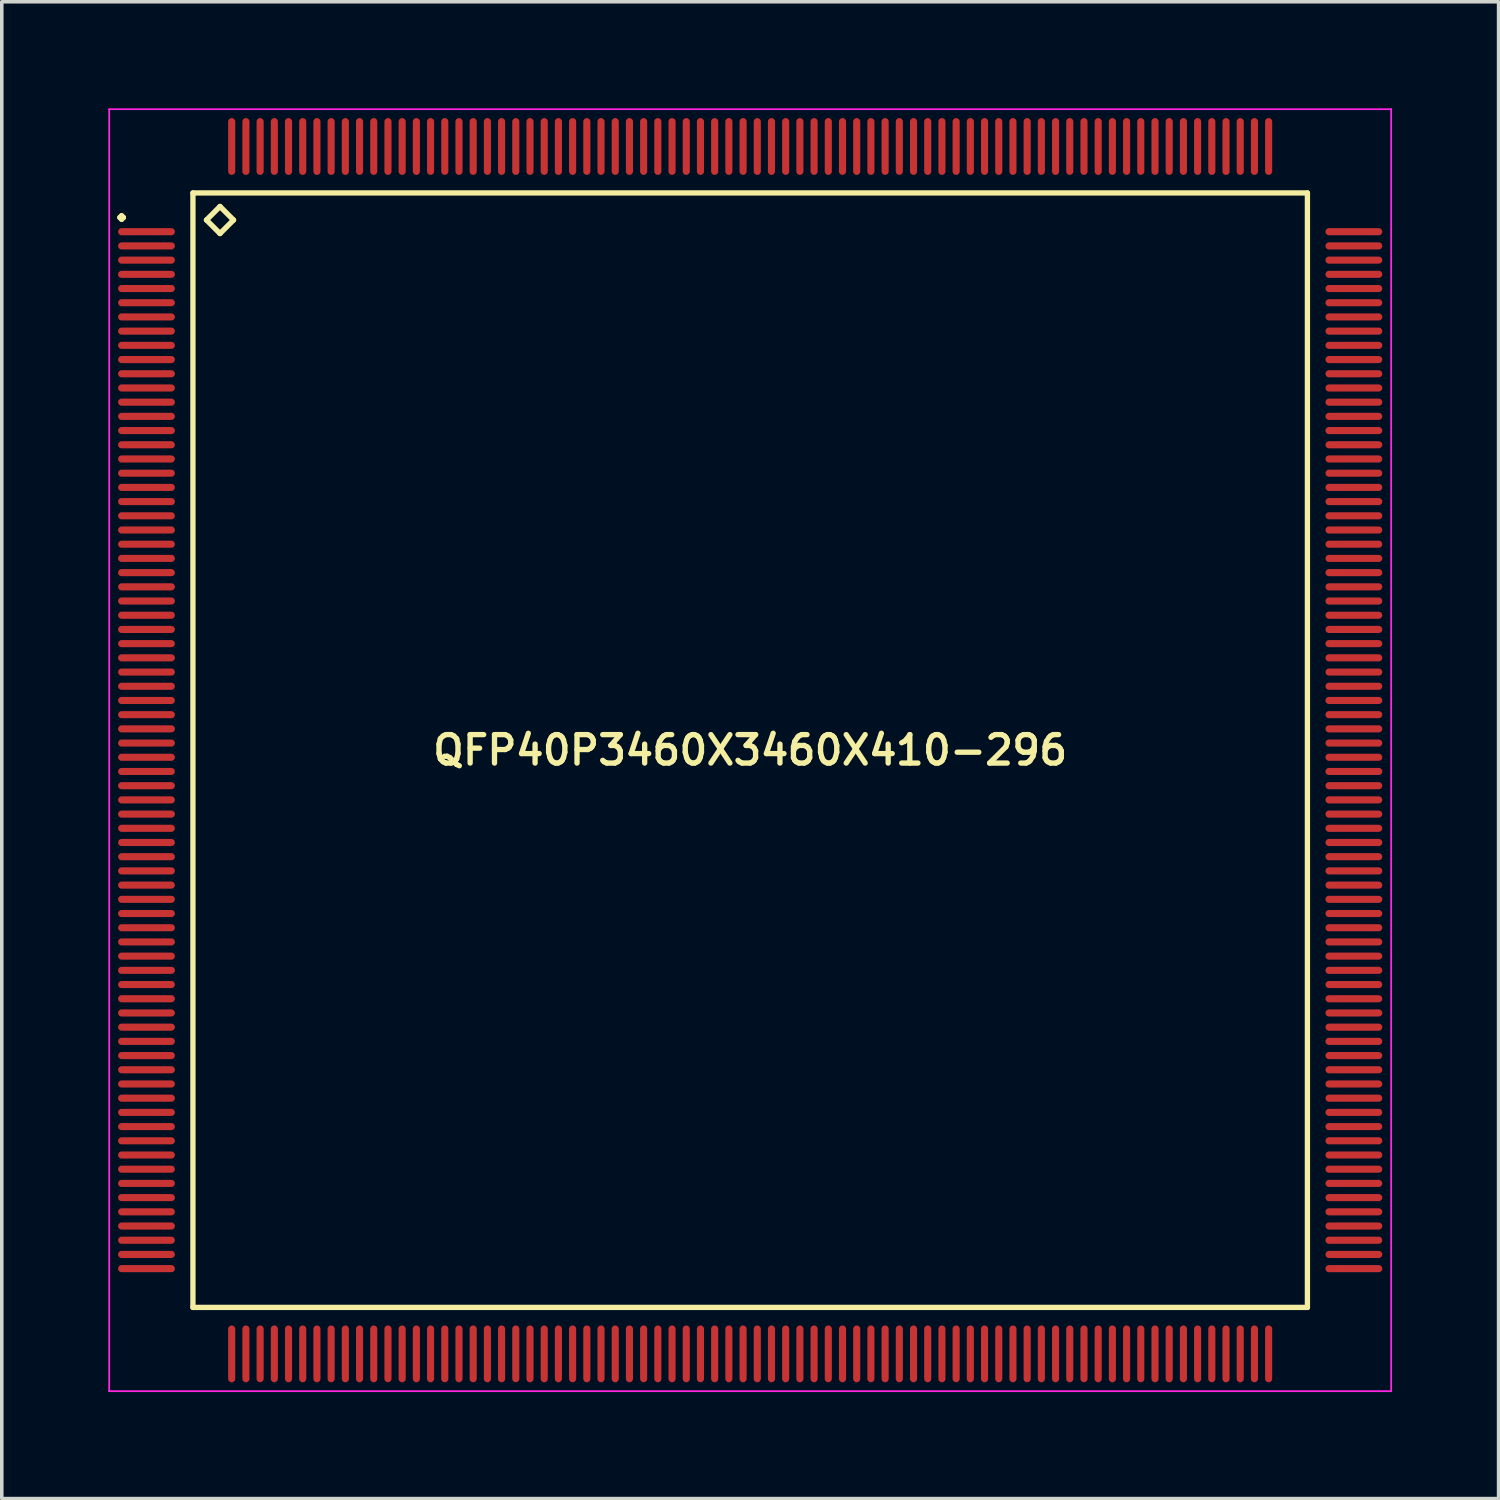
<source format=kicad_pcb>
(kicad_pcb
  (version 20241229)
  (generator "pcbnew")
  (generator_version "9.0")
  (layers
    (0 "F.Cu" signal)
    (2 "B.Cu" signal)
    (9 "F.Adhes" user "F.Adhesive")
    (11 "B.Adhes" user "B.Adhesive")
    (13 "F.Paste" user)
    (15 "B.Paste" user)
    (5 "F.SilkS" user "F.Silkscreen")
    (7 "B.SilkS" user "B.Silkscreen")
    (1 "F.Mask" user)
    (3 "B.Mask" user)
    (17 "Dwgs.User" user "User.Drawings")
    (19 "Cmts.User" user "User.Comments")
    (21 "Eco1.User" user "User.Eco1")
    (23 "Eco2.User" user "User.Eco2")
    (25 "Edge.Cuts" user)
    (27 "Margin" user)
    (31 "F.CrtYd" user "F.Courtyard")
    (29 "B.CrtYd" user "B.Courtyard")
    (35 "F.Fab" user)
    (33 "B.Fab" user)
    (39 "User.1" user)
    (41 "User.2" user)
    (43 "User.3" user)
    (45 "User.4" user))
  (footprint "QFP40P3460X3460X410-296"
    (layer "F.Cu")
    (at 18.075 18.075)
    (property "Reference" "QFP40P3460X3460X410-296" (at 0 0 0) (layer "F.SilkS") (effects (font (size 0.8 0.8) (thickness 0.15))))
    (attr smd)
    (fp_line (start -17.75 -15) (end -17.7 -15.05) (stroke (width 0.15) (type solid)) (layer "F.SilkS"))
    (fp_line (start -17.7 -15.05) (end -17.65 -15) (stroke (width 0.15) (type solid)) (layer "F.SilkS"))
    (fp_line (start -17.7 -14.95) (end -17.75 -15) (stroke (width 0.15) (type solid)) (layer "F.SilkS"))
    (fp_line (start -17.65 -15) (end -17.7 -14.95) (stroke (width 0.15) (type solid)) (layer "F.SilkS"))
    (fp_line (start -15.692 -15.692) (end -15.692 15.692) (stroke (width 0.15) (type solid)) (layer "F.SilkS"))
    (fp_line (start -15.692 15.692) (end 15.692 15.692) (stroke (width 0.15) (type solid)) (layer "F.SilkS"))
    (fp_line (start -15.311 -14.93) (end -14.93 -15.311) (stroke (width 0.15) (type solid)) (layer "F.SilkS"))
    (fp_line (start -14.93 -15.311) (end -14.549 -14.93) (stroke (width 0.15) (type solid)) (layer "F.SilkS"))
    (fp_line (start -14.93 -14.549) (end -15.311 -14.93) (stroke (width 0.15) (type solid)) (layer "F.SilkS"))
    (fp_line (start -14.549 -14.93) (end -14.93 -14.549) (stroke (width 0.15) (type solid)) (layer "F.SilkS"))
    (fp_line (start 15.692 -15.692) (end -15.692 -15.692) (stroke (width 0.15) (type solid)) (layer "F.SilkS"))
    (fp_line (start 15.692 15.692) (end 15.692 -15.692) (stroke (width 0.15) (type solid)) (layer "F.SilkS"))
    (fp_line (start -18.05 -18.05) (end 18.05 -18.05) (stroke (width 0.05) (type solid)) (layer "F.CrtYd"))
    (fp_line (start -18.05 18.05) (end -18.05 -18.05) (stroke (width 0.05) (type solid)) (layer "F.CrtYd"))
    (fp_line (start 18.05 -18.05) (end 18.05 18.05) (stroke (width 0.05) (type solid)) (layer "F.CrtYd"))
    (fp_line (start 18.05 18.05) (end -18.05 18.05) (stroke (width 0.05) (type solid)) (layer "F.CrtYd"))
    (pad "1" smd oval (at -17 -14.6) (size 1.6 0.2) (layers "F.Cu" "F.Mask" "F.Paste"))
    (pad "2" smd oval (at -17 -14.2) (size 1.6 0.2) (layers "F.Cu" "F.Mask" "F.Paste"))
    (pad "3" smd oval (at -17 -13.8) (size 1.6 0.2) (layers "F.Cu" "F.Mask" "F.Paste"))
    (pad "4" smd oval (at -17 -13.4) (size 1.6 0.2) (layers "F.Cu" "F.Mask" "F.Paste"))
    (pad "5" smd oval (at -17 -13) (size 1.6 0.2) (layers "F.Cu" "F.Mask" "F.Paste"))
    (pad "6" smd oval (at -17 -12.6) (size 1.6 0.2) (layers "F.Cu" "F.Mask" "F.Paste"))
    (pad "7" smd oval (at -17 -12.2) (size 1.6 0.2) (layers "F.Cu" "F.Mask" "F.Paste"))
    (pad "8" smd oval (at -17 -11.8) (size 1.6 0.2) (layers "F.Cu" "F.Mask" "F.Paste"))
    (pad "9" smd oval (at -17 -11.4) (size 1.6 0.2) (layers "F.Cu" "F.Mask" "F.Paste"))
    (pad "10" smd oval (at -17 -11) (size 1.6 0.2) (layers "F.Cu" "F.Mask" "F.Paste"))
    (pad "11" smd oval (at -17 -10.6) (size 1.6 0.2) (layers "F.Cu" "F.Mask" "F.Paste"))
    (pad "12" smd oval (at -17 -10.2) (size 1.6 0.2) (layers "F.Cu" "F.Mask" "F.Paste"))
    (pad "13" smd oval (at -17 -9.8) (size 1.6 0.2) (layers "F.Cu" "F.Mask" "F.Paste"))
    (pad "14" smd oval (at -17 -9.4) (size 1.6 0.2) (layers "F.Cu" "F.Mask" "F.Paste"))
    (pad "15" smd oval (at -17 -9) (size 1.6 0.2) (layers "F.Cu" "F.Mask" "F.Paste"))
    (pad "16" smd oval (at -17 -8.6) (size 1.6 0.2) (layers "F.Cu" "F.Mask" "F.Paste"))
    (pad "17" smd oval (at -17 -8.2) (size 1.6 0.2) (layers "F.Cu" "F.Mask" "F.Paste"))
    (pad "18" smd oval (at -17 -7.8) (size 1.6 0.2) (layers "F.Cu" "F.Mask" "F.Paste"))
    (pad "19" smd oval (at -17 -7.4) (size 1.6 0.2) (layers "F.Cu" "F.Mask" "F.Paste"))
    (pad "20" smd oval (at -17 -7) (size 1.6 0.2) (layers "F.Cu" "F.Mask" "F.Paste"))
    (pad "21" smd oval (at -17 -6.6) (size 1.6 0.2) (layers "F.Cu" "F.Mask" "F.Paste"))
    (pad "22" smd oval (at -17 -6.2) (size 1.6 0.2) (layers "F.Cu" "F.Mask" "F.Paste"))
    (pad "23" smd oval (at -17 -5.8) (size 1.6 0.2) (layers "F.Cu" "F.Mask" "F.Paste"))
    (pad "24" smd oval (at -17 -5.4) (size 1.6 0.2) (layers "F.Cu" "F.Mask" "F.Paste"))
    (pad "25" smd oval (at -17 -5) (size 1.6 0.2) (layers "F.Cu" "F.Mask" "F.Paste"))
    (pad "26" smd oval (at -17 -4.6) (size 1.6 0.2) (layers "F.Cu" "F.Mask" "F.Paste"))
    (pad "27" smd oval (at -17 -4.2) (size 1.6 0.2) (layers "F.Cu" "F.Mask" "F.Paste"))
    (pad "28" smd oval (at -17 -3.8) (size 1.6 0.2) (layers "F.Cu" "F.Mask" "F.Paste"))
    (pad "29" smd oval (at -17 -3.4) (size 1.6 0.2) (layers "F.Cu" "F.Mask" "F.Paste"))
    (pad "30" smd oval (at -17 -3) (size 1.6 0.2) (layers "F.Cu" "F.Mask" "F.Paste"))
    (pad "31" smd oval (at -17 -2.6) (size 1.6 0.2) (layers "F.Cu" "F.Mask" "F.Paste"))
    (pad "32" smd oval (at -17 -2.2) (size 1.6 0.2) (layers "F.Cu" "F.Mask" "F.Paste"))
    (pad "33" smd oval (at -17 -1.8) (size 1.6 0.2) (layers "F.Cu" "F.Mask" "F.Paste"))
    (pad "34" smd oval (at -17 -1.4) (size 1.6 0.2) (layers "F.Cu" "F.Mask" "F.Paste"))
    (pad "35" smd oval (at -17 -1) (size 1.6 0.2) (layers "F.Cu" "F.Mask" "F.Paste"))
    (pad "36" smd oval (at -17 -0.6) (size 1.6 0.2) (layers "F.Cu" "F.Mask" "F.Paste"))
    (pad "37" smd oval (at -17 -0.2) (size 1.6 0.2) (layers "F.Cu" "F.Mask" "F.Paste"))
    (pad "38" smd oval (at -17 0.2) (size 1.6 0.2) (layers "F.Cu" "F.Mask" "F.Paste"))
    (pad "39" smd oval (at -17 0.6) (size 1.6 0.2) (layers "F.Cu" "F.Mask" "F.Paste"))
    (pad "40" smd oval (at -17 1) (size 1.6 0.2) (layers "F.Cu" "F.Mask" "F.Paste"))
    (pad "41" smd oval (at -17 1.4) (size 1.6 0.2) (layers "F.Cu" "F.Mask" "F.Paste"))
    (pad "42" smd oval (at -17 1.8) (size 1.6 0.2) (layers "F.Cu" "F.Mask" "F.Paste"))
    (pad "43" smd oval (at -17 2.2) (size 1.6 0.2) (layers "F.Cu" "F.Mask" "F.Paste"))
    (pad "44" smd oval (at -17 2.6) (size 1.6 0.2) (layers "F.Cu" "F.Mask" "F.Paste"))
    (pad "45" smd oval (at -17 3) (size 1.6 0.2) (layers "F.Cu" "F.Mask" "F.Paste"))
    (pad "46" smd oval (at -17 3.4) (size 1.6 0.2) (layers "F.Cu" "F.Mask" "F.Paste"))
    (pad "47" smd oval (at -17 3.8) (size 1.6 0.2) (layers "F.Cu" "F.Mask" "F.Paste"))
    (pad "48" smd oval (at -17 4.2) (size 1.6 0.2) (layers "F.Cu" "F.Mask" "F.Paste"))
    (pad "49" smd oval (at -17 4.6) (size 1.6 0.2) (layers "F.Cu" "F.Mask" "F.Paste"))
    (pad "50" smd oval (at -17 5) (size 1.6 0.2) (layers "F.Cu" "F.Mask" "F.Paste"))
    (pad "51" smd oval (at -17 5.4) (size 1.6 0.2) (layers "F.Cu" "F.Mask" "F.Paste"))
    (pad "52" smd oval (at -17 5.8) (size 1.6 0.2) (layers "F.Cu" "F.Mask" "F.Paste"))
    (pad "53" smd oval (at -17 6.2) (size 1.6 0.2) (layers "F.Cu" "F.Mask" "F.Paste"))
    (pad "54" smd oval (at -17 6.6) (size 1.6 0.2) (layers "F.Cu" "F.Mask" "F.Paste"))
    (pad "55" smd oval (at -17 7) (size 1.6 0.2) (layers "F.Cu" "F.Mask" "F.Paste"))
    (pad "56" smd oval (at -17 7.4) (size 1.6 0.2) (layers "F.Cu" "F.Mask" "F.Paste"))
    (pad "57" smd oval (at -17 7.8) (size 1.6 0.2) (layers "F.Cu" "F.Mask" "F.Paste"))
    (pad "58" smd oval (at -17 8.2) (size 1.6 0.2) (layers "F.Cu" "F.Mask" "F.Paste"))
    (pad "59" smd oval (at -17 8.6) (size 1.6 0.2) (layers "F.Cu" "F.Mask" "F.Paste"))
    (pad "60" smd oval (at -17 9) (size 1.6 0.2) (layers "F.Cu" "F.Mask" "F.Paste"))
    (pad "61" smd oval (at -17 9.4) (size 1.6 0.2) (layers "F.Cu" "F.Mask" "F.Paste"))
    (pad "62" smd oval (at -17 9.8) (size 1.6 0.2) (layers "F.Cu" "F.Mask" "F.Paste"))
    (pad "63" smd oval (at -17 10.2) (size 1.6 0.2) (layers "F.Cu" "F.Mask" "F.Paste"))
    (pad "64" smd oval (at -17 10.6) (size 1.6 0.2) (layers "F.Cu" "F.Mask" "F.Paste"))
    (pad "65" smd oval (at -17 11) (size 1.6 0.2) (layers "F.Cu" "F.Mask" "F.Paste"))
    (pad "66" smd oval (at -17 11.4) (size 1.6 0.2) (layers "F.Cu" "F.Mask" "F.Paste"))
    (pad "67" smd oval (at -17 11.8) (size 1.6 0.2) (layers "F.Cu" "F.Mask" "F.Paste"))
    (pad "68" smd oval (at -17 12.2) (size 1.6 0.2) (layers "F.Cu" "F.Mask" "F.Paste"))
    (pad "69" smd oval (at -17 12.6) (size 1.6 0.2) (layers "F.Cu" "F.Mask" "F.Paste"))
    (pad "70" smd oval (at -17 13) (size 1.6 0.2) (layers "F.Cu" "F.Mask" "F.Paste"))
    (pad "71" smd oval (at -17 13.4) (size 1.6 0.2) (layers "F.Cu" "F.Mask" "F.Paste"))
    (pad "72" smd oval (at -17 13.8) (size 1.6 0.2) (layers "F.Cu" "F.Mask" "F.Paste"))
    (pad "73" smd oval (at -17 14.2) (size 1.6 0.2) (layers "F.Cu" "F.Mask" "F.Paste"))
    (pad "74" smd oval (at -17 14.6) (size 1.6 0.2) (layers "F.Cu" "F.Mask" "F.Paste"))
    (pad "75" smd oval (at -14.6 17) (size 0.2 1.6) (layers "F.Cu" "F.Mask" "F.Paste"))
    (pad "76" smd oval (at -14.2 17) (size 0.2 1.6) (layers "F.Cu" "F.Mask" "F.Paste"))
    (pad "77" smd oval (at -13.8 17) (size 0.2 1.6) (layers "F.Cu" "F.Mask" "F.Paste"))
    (pad "78" smd oval (at -13.4 17) (size 0.2 1.6) (layers "F.Cu" "F.Mask" "F.Paste"))
    (pad "79" smd oval (at -13 17) (size 0.2 1.6) (layers "F.Cu" "F.Mask" "F.Paste"))
    (pad "80" smd oval (at -12.6 17) (size 0.2 1.6) (layers "F.Cu" "F.Mask" "F.Paste"))
    (pad "81" smd oval (at -12.2 17) (size 0.2 1.6) (layers "F.Cu" "F.Mask" "F.Paste"))
    (pad "82" smd oval (at -11.8 17) (size 0.2 1.6) (layers "F.Cu" "F.Mask" "F.Paste"))
    (pad "83" smd oval (at -11.4 17) (size 0.2 1.6) (layers "F.Cu" "F.Mask" "F.Paste"))
    (pad "84" smd oval (at -11 17) (size 0.2 1.6) (layers "F.Cu" "F.Mask" "F.Paste"))
    (pad "85" smd oval (at -10.6 17) (size 0.2 1.6) (layers "F.Cu" "F.Mask" "F.Paste"))
    (pad "86" smd oval (at -10.2 17) (size 0.2 1.6) (layers "F.Cu" "F.Mask" "F.Paste"))
    (pad "87" smd oval (at -9.8 17) (size 0.2 1.6) (layers "F.Cu" "F.Mask" "F.Paste"))
    (pad "88" smd oval (at -9.4 17) (size 0.2 1.6) (layers "F.Cu" "F.Mask" "F.Paste"))
    (pad "89" smd oval (at -9 17) (size 0.2 1.6) (layers "F.Cu" "F.Mask" "F.Paste"))
    (pad "90" smd oval (at -8.6 17) (size 0.2 1.6) (layers "F.Cu" "F.Mask" "F.Paste"))
    (pad "91" smd oval (at -8.2 17) (size 0.2 1.6) (layers "F.Cu" "F.Mask" "F.Paste"))
    (pad "92" smd oval (at -7.8 17) (size 0.2 1.6) (layers "F.Cu" "F.Mask" "F.Paste"))
    (pad "93" smd oval (at -7.4 17) (size 0.2 1.6) (layers "F.Cu" "F.Mask" "F.Paste"))
    (pad "94" smd oval (at -7 17) (size 0.2 1.6) (layers "F.Cu" "F.Mask" "F.Paste"))
    (pad "95" smd oval (at -6.6 17) (size 0.2 1.6) (layers "F.Cu" "F.Mask" "F.Paste"))
    (pad "96" smd oval (at -6.2 17) (size 0.2 1.6) (layers "F.Cu" "F.Mask" "F.Paste"))
    (pad "97" smd oval (at -5.8 17) (size 0.2 1.6) (layers "F.Cu" "F.Mask" "F.Paste"))
    (pad "98" smd oval (at -5.4 17) (size 0.2 1.6) (layers "F.Cu" "F.Mask" "F.Paste"))
    (pad "99" smd oval (at -5 17) (size 0.2 1.6) (layers "F.Cu" "F.Mask" "F.Paste"))
    (pad "100" smd oval (at -4.6 17) (size 0.2 1.6) (layers "F.Cu" "F.Mask" "F.Paste"))
    (pad "101" smd oval (at -4.2 17) (size 0.2 1.6) (layers "F.Cu" "F.Mask" "F.Paste"))
    (pad "102" smd oval (at -3.8 17) (size 0.2 1.6) (layers "F.Cu" "F.Mask" "F.Paste"))
    (pad "103" smd oval (at -3.4 17) (size 0.2 1.6) (layers "F.Cu" "F.Mask" "F.Paste"))
    (pad "104" smd oval (at -3 17) (size 0.2 1.6) (layers "F.Cu" "F.Mask" "F.Paste"))
    (pad "105" smd oval (at -2.6 17) (size 0.2 1.6) (layers "F.Cu" "F.Mask" "F.Paste"))
    (pad "106" smd oval (at -2.2 17) (size 0.2 1.6) (layers "F.Cu" "F.Mask" "F.Paste"))
    (pad "107" smd oval (at -1.8 17) (size 0.2 1.6) (layers "F.Cu" "F.Mask" "F.Paste"))
    (pad "108" smd oval (at -1.4 17) (size 0.2 1.6) (layers "F.Cu" "F.Mask" "F.Paste"))
    (pad "109" smd oval (at -1 17) (size 0.2 1.6) (layers "F.Cu" "F.Mask" "F.Paste"))
    (pad "110" smd oval (at -0.6 17) (size 0.2 1.6) (layers "F.Cu" "F.Mask" "F.Paste"))
    (pad "111" smd oval (at -0.2 17) (size 0.2 1.6) (layers "F.Cu" "F.Mask" "F.Paste"))
    (pad "112" smd oval (at 0.2 17) (size 0.2 1.6) (layers "F.Cu" "F.Mask" "F.Paste"))
    (pad "113" smd oval (at 0.6 17) (size 0.2 1.6) (layers "F.Cu" "F.Mask" "F.Paste"))
    (pad "114" smd oval (at 1 17) (size 0.2 1.6) (layers "F.Cu" "F.Mask" "F.Paste"))
    (pad "115" smd oval (at 1.4 17) (size 0.2 1.6) (layers "F.Cu" "F.Mask" "F.Paste"))
    (pad "116" smd oval (at 1.8 17) (size 0.2 1.6) (layers "F.Cu" "F.Mask" "F.Paste"))
    (pad "117" smd oval (at 2.2 17) (size 0.2 1.6) (layers "F.Cu" "F.Mask" "F.Paste"))
    (pad "118" smd oval (at 2.6 17) (size 0.2 1.6) (layers "F.Cu" "F.Mask" "F.Paste"))
    (pad "119" smd oval (at 3 17) (size 0.2 1.6) (layers "F.Cu" "F.Mask" "F.Paste"))
    (pad "120" smd oval (at 3.4 17) (size 0.2 1.6) (layers "F.Cu" "F.Mask" "F.Paste"))
    (pad "121" smd oval (at 3.8 17) (size 0.2 1.6) (layers "F.Cu" "F.Mask" "F.Paste"))
    (pad "122" smd oval (at 4.2 17) (size 0.2 1.6) (layers "F.Cu" "F.Mask" "F.Paste"))
    (pad "123" smd oval (at 4.6 17) (size 0.2 1.6) (layers "F.Cu" "F.Mask" "F.Paste"))
    (pad "124" smd oval (at 5 17) (size 0.2 1.6) (layers "F.Cu" "F.Mask" "F.Paste"))
    (pad "125" smd oval (at 5.4 17) (size 0.2 1.6) (layers "F.Cu" "F.Mask" "F.Paste"))
    (pad "126" smd oval (at 5.8 17) (size 0.2 1.6) (layers "F.Cu" "F.Mask" "F.Paste"))
    (pad "127" smd oval (at 6.2 17) (size 0.2 1.6) (layers "F.Cu" "F.Mask" "F.Paste"))
    (pad "128" smd oval (at 6.6 17) (size 0.2 1.6) (layers "F.Cu" "F.Mask" "F.Paste"))
    (pad "129" smd oval (at 7 17) (size 0.2 1.6) (layers "F.Cu" "F.Mask" "F.Paste"))
    (pad "130" smd oval (at 7.4 17) (size 0.2 1.6) (layers "F.Cu" "F.Mask" "F.Paste"))
    (pad "131" smd oval (at 7.8 17) (size 0.2 1.6) (layers "F.Cu" "F.Mask" "F.Paste"))
    (pad "132" smd oval (at 8.2 17) (size 0.2 1.6) (layers "F.Cu" "F.Mask" "F.Paste"))
    (pad "133" smd oval (at 8.6 17) (size 0.2 1.6) (layers "F.Cu" "F.Mask" "F.Paste"))
    (pad "134" smd oval (at 9 17) (size 0.2 1.6) (layers "F.Cu" "F.Mask" "F.Paste"))
    (pad "135" smd oval (at 9.4 17) (size 0.2 1.6) (layers "F.Cu" "F.Mask" "F.Paste"))
    (pad "136" smd oval (at 9.8 17) (size 0.2 1.6) (layers "F.Cu" "F.Mask" "F.Paste"))
    (pad "137" smd oval (at 10.2 17) (size 0.2 1.6) (layers "F.Cu" "F.Mask" "F.Paste"))
    (pad "138" smd oval (at 10.6 17) (size 0.2 1.6) (layers "F.Cu" "F.Mask" "F.Paste"))
    (pad "139" smd oval (at 11 17) (size 0.2 1.6) (layers "F.Cu" "F.Mask" "F.Paste"))
    (pad "140" smd oval (at 11.4 17) (size 0.2 1.6) (layers "F.Cu" "F.Mask" "F.Paste"))
    (pad "141" smd oval (at 11.8 17) (size 0.2 1.6) (layers "F.Cu" "F.Mask" "F.Paste"))
    (pad "142" smd oval (at 12.2 17) (size 0.2 1.6) (layers "F.Cu" "F.Mask" "F.Paste"))
    (pad "143" smd oval (at 12.6 17) (size 0.2 1.6) (layers "F.Cu" "F.Mask" "F.Paste"))
    (pad "144" smd oval (at 13 17) (size 0.2 1.6) (layers "F.Cu" "F.Mask" "F.Paste"))
    (pad "145" smd oval (at 13.4 17) (size 0.2 1.6) (layers "F.Cu" "F.Mask" "F.Paste"))
    (pad "146" smd oval (at 13.8 17) (size 0.2 1.6) (layers "F.Cu" "F.Mask" "F.Paste"))
    (pad "147" smd oval (at 14.2 17) (size 0.2 1.6) (layers "F.Cu" "F.Mask" "F.Paste"))
    (pad "148" smd oval (at 14.6 17) (size 0.2 1.6) (layers "F.Cu" "F.Mask" "F.Paste"))
    (pad "149" smd oval (at 17 14.6) (size 1.6 0.2) (layers "F.Cu" "F.Mask" "F.Paste"))
    (pad "150" smd oval (at 17 14.2) (size 1.6 0.2) (layers "F.Cu" "F.Mask" "F.Paste"))
    (pad "151" smd oval (at 17 13.8) (size 1.6 0.2) (layers "F.Cu" "F.Mask" "F.Paste"))
    (pad "152" smd oval (at 17 13.4) (size 1.6 0.2) (layers "F.Cu" "F.Mask" "F.Paste"))
    (pad "153" smd oval (at 17 13) (size 1.6 0.2) (layers "F.Cu" "F.Mask" "F.Paste"))
    (pad "154" smd oval (at 17 12.6) (size 1.6 0.2) (layers "F.Cu" "F.Mask" "F.Paste"))
    (pad "155" smd oval (at 17 12.2) (size 1.6 0.2) (layers "F.Cu" "F.Mask" "F.Paste"))
    (pad "156" smd oval (at 17 11.8) (size 1.6 0.2) (layers "F.Cu" "F.Mask" "F.Paste"))
    (pad "157" smd oval (at 17 11.4) (size 1.6 0.2) (layers "F.Cu" "F.Mask" "F.Paste"))
    (pad "158" smd oval (at 17 11) (size 1.6 0.2) (layers "F.Cu" "F.Mask" "F.Paste"))
    (pad "159" smd oval (at 17 10.6) (size 1.6 0.2) (layers "F.Cu" "F.Mask" "F.Paste"))
    (pad "160" smd oval (at 17 10.2) (size 1.6 0.2) (layers "F.Cu" "F.Mask" "F.Paste"))
    (pad "161" smd oval (at 17 9.8) (size 1.6 0.2) (layers "F.Cu" "F.Mask" "F.Paste"))
    (pad "162" smd oval (at 17 9.4) (size 1.6 0.2) (layers "F.Cu" "F.Mask" "F.Paste"))
    (pad "163" smd oval (at 17 9) (size 1.6 0.2) (layers "F.Cu" "F.Mask" "F.Paste"))
    (pad "164" smd oval (at 17 8.6) (size 1.6 0.2) (layers "F.Cu" "F.Mask" "F.Paste"))
    (pad "165" smd oval (at 17 8.2) (size 1.6 0.2) (layers "F.Cu" "F.Mask" "F.Paste"))
    (pad "166" smd oval (at 17 7.8) (size 1.6 0.2) (layers "F.Cu" "F.Mask" "F.Paste"))
    (pad "167" smd oval (at 17 7.4) (size 1.6 0.2) (layers "F.Cu" "F.Mask" "F.Paste"))
    (pad "168" smd oval (at 17 7) (size 1.6 0.2) (layers "F.Cu" "F.Mask" "F.Paste"))
    (pad "169" smd oval (at 17 6.6) (size 1.6 0.2) (layers "F.Cu" "F.Mask" "F.Paste"))
    (pad "170" smd oval (at 17 6.2) (size 1.6 0.2) (layers "F.Cu" "F.Mask" "F.Paste"))
    (pad "171" smd oval (at 17 5.8) (size 1.6 0.2) (layers "F.Cu" "F.Mask" "F.Paste"))
    (pad "172" smd oval (at 17 5.4) (size 1.6 0.2) (layers "F.Cu" "F.Mask" "F.Paste"))
    (pad "173" smd oval (at 17 5) (size 1.6 0.2) (layers "F.Cu" "F.Mask" "F.Paste"))
    (pad "174" smd oval (at 17 4.6) (size 1.6 0.2) (layers "F.Cu" "F.Mask" "F.Paste"))
    (pad "175" smd oval (at 17 4.2) (size 1.6 0.2) (layers "F.Cu" "F.Mask" "F.Paste"))
    (pad "176" smd oval (at 17 3.8) (size 1.6 0.2) (layers "F.Cu" "F.Mask" "F.Paste"))
    (pad "177" smd oval (at 17 3.4) (size 1.6 0.2) (layers "F.Cu" "F.Mask" "F.Paste"))
    (pad "178" smd oval (at 17 3) (size 1.6 0.2) (layers "F.Cu" "F.Mask" "F.Paste"))
    (pad "179" smd oval (at 17 2.6) (size 1.6 0.2) (layers "F.Cu" "F.Mask" "F.Paste"))
    (pad "180" smd oval (at 17 2.2) (size 1.6 0.2) (layers "F.Cu" "F.Mask" "F.Paste"))
    (pad "181" smd oval (at 17 1.8) (size 1.6 0.2) (layers "F.Cu" "F.Mask" "F.Paste"))
    (pad "182" smd oval (at 17 1.4) (size 1.6 0.2) (layers "F.Cu" "F.Mask" "F.Paste"))
    (pad "183" smd oval (at 17 1) (size 1.6 0.2) (layers "F.Cu" "F.Mask" "F.Paste"))
    (pad "184" smd oval (at 17 0.6) (size 1.6 0.2) (layers "F.Cu" "F.Mask" "F.Paste"))
    (pad "185" smd oval (at 17 0.2) (size 1.6 0.2) (layers "F.Cu" "F.Mask" "F.Paste"))
    (pad "186" smd oval (at 17 -0.2) (size 1.6 0.2) (layers "F.Cu" "F.Mask" "F.Paste"))
    (pad "187" smd oval (at 17 -0.6) (size 1.6 0.2) (layers "F.Cu" "F.Mask" "F.Paste"))
    (pad "188" smd oval (at 17 -1) (size 1.6 0.2) (layers "F.Cu" "F.Mask" "F.Paste"))
    (pad "189" smd oval (at 17 -1.4) (size 1.6 0.2) (layers "F.Cu" "F.Mask" "F.Paste"))
    (pad "190" smd oval (at 17 -1.8) (size 1.6 0.2) (layers "F.Cu" "F.Mask" "F.Paste"))
    (pad "191" smd oval (at 17 -2.2) (size 1.6 0.2) (layers "F.Cu" "F.Mask" "F.Paste"))
    (pad "192" smd oval (at 17 -2.6) (size 1.6 0.2) (layers "F.Cu" "F.Mask" "F.Paste"))
    (pad "193" smd oval (at 17 -3) (size 1.6 0.2) (layers "F.Cu" "F.Mask" "F.Paste"))
    (pad "194" smd oval (at 17 -3.4) (size 1.6 0.2) (layers "F.Cu" "F.Mask" "F.Paste"))
    (pad "195" smd oval (at 17 -3.8) (size 1.6 0.2) (layers "F.Cu" "F.Mask" "F.Paste"))
    (pad "196" smd oval (at 17 -4.2) (size 1.6 0.2) (layers "F.Cu" "F.Mask" "F.Paste"))
    (pad "197" smd oval (at 17 -4.6) (size 1.6 0.2) (layers "F.Cu" "F.Mask" "F.Paste"))
    (pad "198" smd oval (at 17 -5) (size 1.6 0.2) (layers "F.Cu" "F.Mask" "F.Paste"))
    (pad "199" smd oval (at 17 -5.4) (size 1.6 0.2) (layers "F.Cu" "F.Mask" "F.Paste"))
    (pad "200" smd oval (at 17 -5.8) (size 1.6 0.2) (layers "F.Cu" "F.Mask" "F.Paste"))
    (pad "201" smd oval (at 17 -6.2) (size 1.6 0.2) (layers "F.Cu" "F.Mask" "F.Paste"))
    (pad "202" smd oval (at 17 -6.6) (size 1.6 0.2) (layers "F.Cu" "F.Mask" "F.Paste"))
    (pad "203" smd oval (at 17 -7) (size 1.6 0.2) (layers "F.Cu" "F.Mask" "F.Paste"))
    (pad "204" smd oval (at 17 -7.4) (size 1.6 0.2) (layers "F.Cu" "F.Mask" "F.Paste"))
    (pad "205" smd oval (at 17 -7.8) (size 1.6 0.2) (layers "F.Cu" "F.Mask" "F.Paste"))
    (pad "206" smd oval (at 17 -8.2) (size 1.6 0.2) (layers "F.Cu" "F.Mask" "F.Paste"))
    (pad "207" smd oval (at 17 -8.6) (size 1.6 0.2) (layers "F.Cu" "F.Mask" "F.Paste"))
    (pad "208" smd oval (at 17 -9) (size 1.6 0.2) (layers "F.Cu" "F.Mask" "F.Paste"))
    (pad "209" smd oval (at 17 -9.4) (size 1.6 0.2) (layers "F.Cu" "F.Mask" "F.Paste"))
    (pad "210" smd oval (at 17 -9.8) (size 1.6 0.2) (layers "F.Cu" "F.Mask" "F.Paste"))
    (pad "211" smd oval (at 17 -10.2) (size 1.6 0.2) (layers "F.Cu" "F.Mask" "F.Paste"))
    (pad "212" smd oval (at 17 -10.6) (size 1.6 0.2) (layers "F.Cu" "F.Mask" "F.Paste"))
    (pad "213" smd oval (at 17 -11) (size 1.6 0.2) (layers "F.Cu" "F.Mask" "F.Paste"))
    (pad "214" smd oval (at 17 -11.4) (size 1.6 0.2) (layers "F.Cu" "F.Mask" "F.Paste"))
    (pad "215" smd oval (at 17 -11.8) (size 1.6 0.2) (layers "F.Cu" "F.Mask" "F.Paste"))
    (pad "216" smd oval (at 17 -12.2) (size 1.6 0.2) (layers "F.Cu" "F.Mask" "F.Paste"))
    (pad "217" smd oval (at 17 -12.6) (size 1.6 0.2) (layers "F.Cu" "F.Mask" "F.Paste"))
    (pad "218" smd oval (at 17 -13) (size 1.6 0.2) (layers "F.Cu" "F.Mask" "F.Paste"))
    (pad "219" smd oval (at 17 -13.4) (size 1.6 0.2) (layers "F.Cu" "F.Mask" "F.Paste"))
    (pad "220" smd oval (at 17 -13.8) (size 1.6 0.2) (layers "F.Cu" "F.Mask" "F.Paste"))
    (pad "221" smd oval (at 17 -14.2) (size 1.6 0.2) (layers "F.Cu" "F.Mask" "F.Paste"))
    (pad "222" smd oval (at 17 -14.6) (size 1.6 0.2) (layers "F.Cu" "F.Mask" "F.Paste"))
    (pad "223" smd oval (at 14.6 -17) (size 0.2 1.6) (layers "F.Cu" "F.Mask" "F.Paste"))
    (pad "224" smd oval (at 14.2 -17) (size 0.2 1.6) (layers "F.Cu" "F.Mask" "F.Paste"))
    (pad "225" smd oval (at 13.8 -17) (size 0.2 1.6) (layers "F.Cu" "F.Mask" "F.Paste"))
    (pad "226" smd oval (at 13.4 -17) (size 0.2 1.6) (layers "F.Cu" "F.Mask" "F.Paste"))
    (pad "227" smd oval (at 13 -17) (size 0.2 1.6) (layers "F.Cu" "F.Mask" "F.Paste"))
    (pad "228" smd oval (at 12.6 -17) (size 0.2 1.6) (layers "F.Cu" "F.Mask" "F.Paste"))
    (pad "229" smd oval (at 12.2 -17) (size 0.2 1.6) (layers "F.Cu" "F.Mask" "F.Paste"))
    (pad "230" smd oval (at 11.8 -17) (size 0.2 1.6) (layers "F.Cu" "F.Mask" "F.Paste"))
    (pad "231" smd oval (at 11.4 -17) (size 0.2 1.6) (layers "F.Cu" "F.Mask" "F.Paste"))
    (pad "232" smd oval (at 11 -17) (size 0.2 1.6) (layers "F.Cu" "F.Mask" "F.Paste"))
    (pad "233" smd oval (at 10.6 -17) (size 0.2 1.6) (layers "F.Cu" "F.Mask" "F.Paste"))
    (pad "234" smd oval (at 10.2 -17) (size 0.2 1.6) (layers "F.Cu" "F.Mask" "F.Paste"))
    (pad "235" smd oval (at 9.8 -17) (size 0.2 1.6) (layers "F.Cu" "F.Mask" "F.Paste"))
    (pad "236" smd oval (at 9.4 -17) (size 0.2 1.6) (layers "F.Cu" "F.Mask" "F.Paste"))
    (pad "237" smd oval (at 9 -17) (size 0.2 1.6) (layers "F.Cu" "F.Mask" "F.Paste"))
    (pad "238" smd oval (at 8.6 -17) (size 0.2 1.6) (layers "F.Cu" "F.Mask" "F.Paste"))
    (pad "239" smd oval (at 8.2 -17) (size 0.2 1.6) (layers "F.Cu" "F.Mask" "F.Paste"))
    (pad "240" smd oval (at 7.8 -17) (size 0.2 1.6) (layers "F.Cu" "F.Mask" "F.Paste"))
    (pad "241" smd oval (at 7.4 -17) (size 0.2 1.6) (layers "F.Cu" "F.Mask" "F.Paste"))
    (pad "242" smd oval (at 7 -17) (size 0.2 1.6) (layers "F.Cu" "F.Mask" "F.Paste"))
    (pad "243" smd oval (at 6.6 -17) (size 0.2 1.6) (layers "F.Cu" "F.Mask" "F.Paste"))
    (pad "244" smd oval (at 6.2 -17) (size 0.2 1.6) (layers "F.Cu" "F.Mask" "F.Paste"))
    (pad "245" smd oval (at 5.8 -17) (size 0.2 1.6) (layers "F.Cu" "F.Mask" "F.Paste"))
    (pad "246" smd oval (at 5.4 -17) (size 0.2 1.6) (layers "F.Cu" "F.Mask" "F.Paste"))
    (pad "247" smd oval (at 5 -17) (size 0.2 1.6) (layers "F.Cu" "F.Mask" "F.Paste"))
    (pad "248" smd oval (at 4.6 -17) (size 0.2 1.6) (layers "F.Cu" "F.Mask" "F.Paste"))
    (pad "249" smd oval (at 4.2 -17) (size 0.2 1.6) (layers "F.Cu" "F.Mask" "F.Paste"))
    (pad "250" smd oval (at 3.8 -17) (size 0.2 1.6) (layers "F.Cu" "F.Mask" "F.Paste"))
    (pad "251" smd oval (at 3.4 -17) (size 0.2 1.6) (layers "F.Cu" "F.Mask" "F.Paste"))
    (pad "252" smd oval (at 3 -17) (size 0.2 1.6) (layers "F.Cu" "F.Mask" "F.Paste"))
    (pad "253" smd oval (at 2.6 -17) (size 0.2 1.6) (layers "F.Cu" "F.Mask" "F.Paste"))
    (pad "254" smd oval (at 2.2 -17) (size 0.2 1.6) (layers "F.Cu" "F.Mask" "F.Paste"))
    (pad "255" smd oval (at 1.8 -17) (size 0.2 1.6) (layers "F.Cu" "F.Mask" "F.Paste"))
    (pad "256" smd oval (at 1.4 -17) (size 0.2 1.6) (layers "F.Cu" "F.Mask" "F.Paste"))
    (pad "257" smd oval (at 1 -17) (size 0.2 1.6) (layers "F.Cu" "F.Mask" "F.Paste"))
    (pad "258" smd oval (at 0.6 -17) (size 0.2 1.6) (layers "F.Cu" "F.Mask" "F.Paste"))
    (pad "259" smd oval (at 0.2 -17) (size 0.2 1.6) (layers "F.Cu" "F.Mask" "F.Paste"))
    (pad "260" smd oval (at -0.2 -17) (size 0.2 1.6) (layers "F.Cu" "F.Mask" "F.Paste"))
    (pad "261" smd oval (at -0.6 -17) (size 0.2 1.6) (layers "F.Cu" "F.Mask" "F.Paste"))
    (pad "262" smd oval (at -1 -17) (size 0.2 1.6) (layers "F.Cu" "F.Mask" "F.Paste"))
    (pad "263" smd oval (at -1.4 -17) (size 0.2 1.6) (layers "F.Cu" "F.Mask" "F.Paste"))
    (pad "264" smd oval (at -1.8 -17) (size 0.2 1.6) (layers "F.Cu" "F.Mask" "F.Paste"))
    (pad "265" smd oval (at -2.2 -17) (size 0.2 1.6) (layers "F.Cu" "F.Mask" "F.Paste"))
    (pad "266" smd oval (at -2.6 -17) (size 0.2 1.6) (layers "F.Cu" "F.Mask" "F.Paste"))
    (pad "267" smd oval (at -3 -17) (size 0.2 1.6) (layers "F.Cu" "F.Mask" "F.Paste"))
    (pad "268" smd oval (at -3.4 -17) (size 0.2 1.6) (layers "F.Cu" "F.Mask" "F.Paste"))
    (pad "269" smd oval (at -3.8 -17) (size 0.2 1.6) (layers "F.Cu" "F.Mask" "F.Paste"))
    (pad "270" smd oval (at -4.2 -17) (size 0.2 1.6) (layers "F.Cu" "F.Mask" "F.Paste"))
    (pad "271" smd oval (at -4.6 -17) (size 0.2 1.6) (layers "F.Cu" "F.Mask" "F.Paste"))
    (pad "272" smd oval (at -5 -17) (size 0.2 1.6) (layers "F.Cu" "F.Mask" "F.Paste"))
    (pad "273" smd oval (at -5.4 -17) (size 0.2 1.6) (layers "F.Cu" "F.Mask" "F.Paste"))
    (pad "274" smd oval (at -5.8 -17) (size 0.2 1.6) (layers "F.Cu" "F.Mask" "F.Paste"))
    (pad "275" smd oval (at -6.2 -17) (size 0.2 1.6) (layers "F.Cu" "F.Mask" "F.Paste"))
    (pad "276" smd oval (at -6.6 -17) (size 0.2 1.6) (layers "F.Cu" "F.Mask" "F.Paste"))
    (pad "277" smd oval (at -7 -17) (size 0.2 1.6) (layers "F.Cu" "F.Mask" "F.Paste"))
    (pad "278" smd oval (at -7.4 -17) (size 0.2 1.6) (layers "F.Cu" "F.Mask" "F.Paste"))
    (pad "279" smd oval (at -7.8 -17) (size 0.2 1.6) (layers "F.Cu" "F.Mask" "F.Paste"))
    (pad "280" smd oval (at -8.2 -17) (size 0.2 1.6) (layers "F.Cu" "F.Mask" "F.Paste"))
    (pad "281" smd oval (at -8.6 -17) (size 0.2 1.6) (layers "F.Cu" "F.Mask" "F.Paste"))
    (pad "282" smd oval (at -9 -17) (size 0.2 1.6) (layers "F.Cu" "F.Mask" "F.Paste"))
    (pad "283" smd oval (at -9.4 -17) (size 0.2 1.6) (layers "F.Cu" "F.Mask" "F.Paste"))
    (pad "284" smd oval (at -9.8 -17) (size 0.2 1.6) (layers "F.Cu" "F.Mask" "F.Paste"))
    (pad "285" smd oval (at -10.2 -17) (size 0.2 1.6) (layers "F.Cu" "F.Mask" "F.Paste"))
    (pad "286" smd oval (at -10.6 -17) (size 0.2 1.6) (layers "F.Cu" "F.Mask" "F.Paste"))
    (pad "287" smd oval (at -11 -17) (size 0.2 1.6) (layers "F.Cu" "F.Mask" "F.Paste"))
    (pad "288" smd oval (at -11.4 -17) (size 0.2 1.6) (layers "F.Cu" "F.Mask" "F.Paste"))
    (pad "289" smd oval (at -11.8 -17) (size 0.2 1.6) (layers "F.Cu" "F.Mask" "F.Paste"))
    (pad "290" smd oval (at -12.2 -17) (size 0.2 1.6) (layers "F.Cu" "F.Mask" "F.Paste"))
    (pad "291" smd oval (at -12.6 -17) (size 0.2 1.6) (layers "F.Cu" "F.Mask" "F.Paste"))
    (pad "292" smd oval (at -13 -17) (size 0.2 1.6) (layers "F.Cu" "F.Mask" "F.Paste"))
    (pad "293" smd oval (at -13.4 -17) (size 0.2 1.6) (layers "F.Cu" "F.Mask" "F.Paste"))
    (pad "294" smd oval (at -13.8 -17) (size 0.2 1.6) (layers "F.Cu" "F.Mask" "F.Paste"))
    (pad "295" smd oval (at -14.2 -17) (size 0.2 1.6) (layers "F.Cu" "F.Mask" "F.Paste"))
    (pad "296" smd oval (at -14.6 -17) (size 0.2 1.6) (layers "F.Cu" "F.Mask" "F.Paste")))
  (gr_rect
    (start -3 -3)
    (end 39.15 39.15)
    (stroke (width 0.1) (type default))
    (fill no)
    (layer "Edge.Cuts")))
</source>
